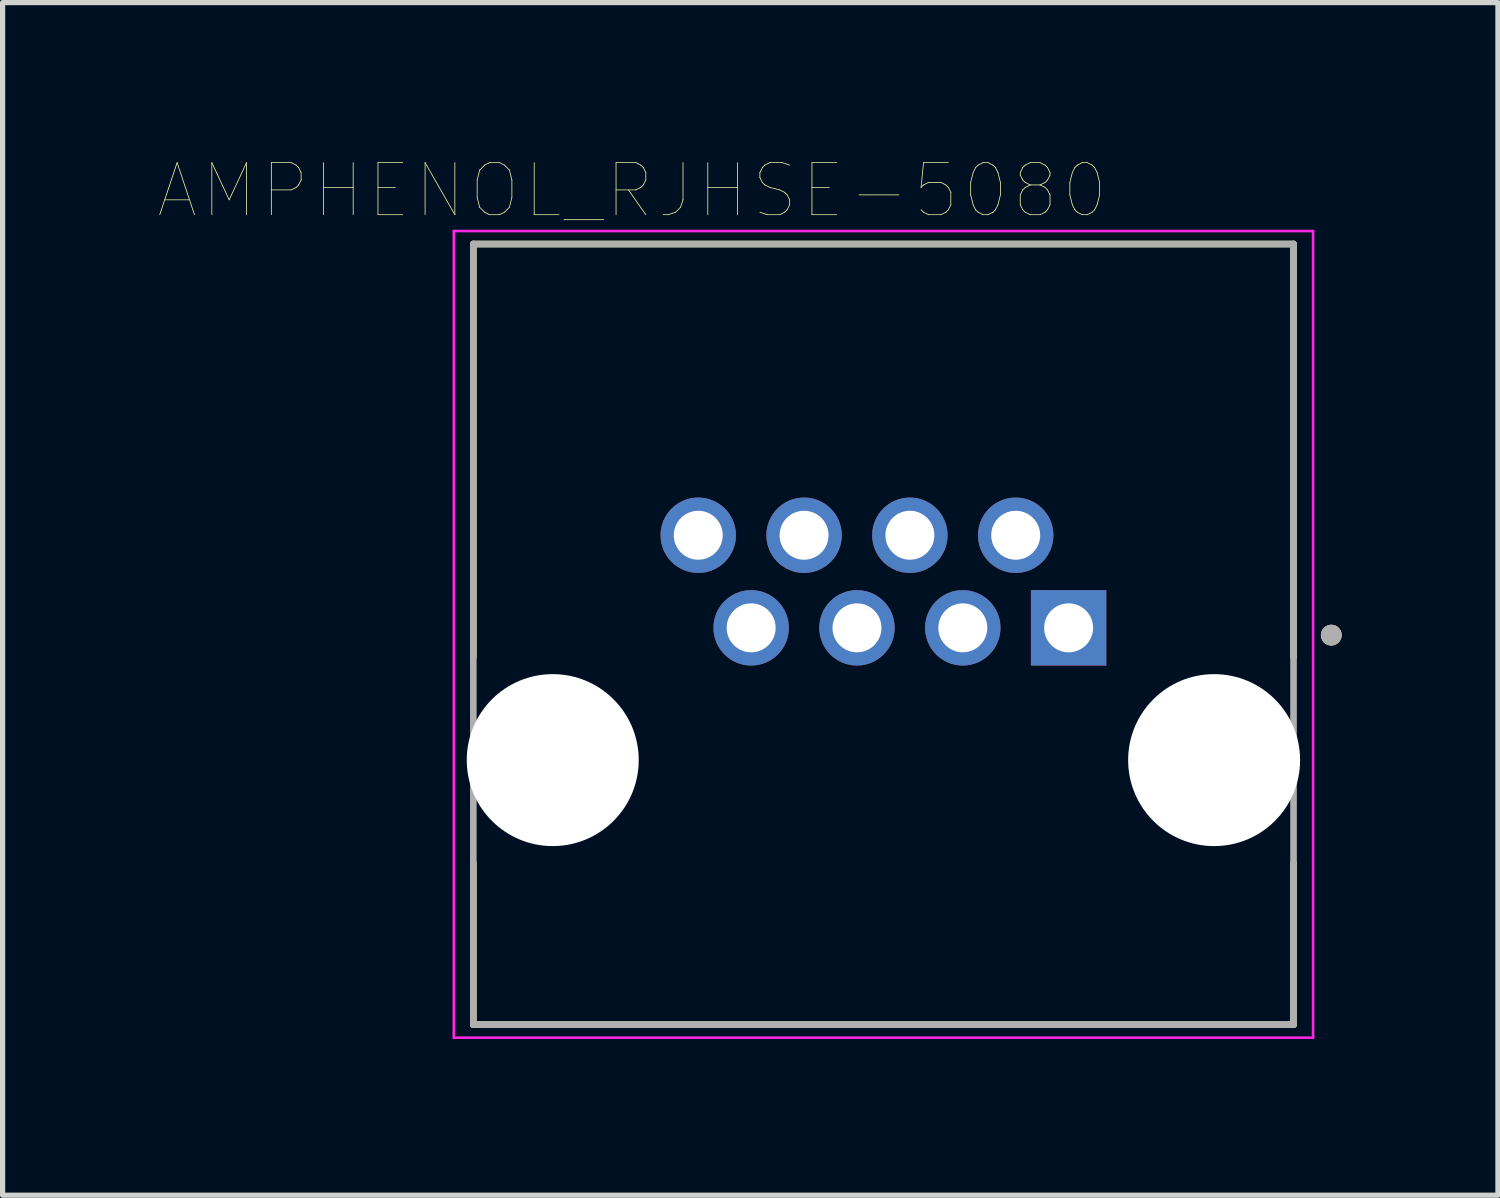
<source format=kicad_pcb>
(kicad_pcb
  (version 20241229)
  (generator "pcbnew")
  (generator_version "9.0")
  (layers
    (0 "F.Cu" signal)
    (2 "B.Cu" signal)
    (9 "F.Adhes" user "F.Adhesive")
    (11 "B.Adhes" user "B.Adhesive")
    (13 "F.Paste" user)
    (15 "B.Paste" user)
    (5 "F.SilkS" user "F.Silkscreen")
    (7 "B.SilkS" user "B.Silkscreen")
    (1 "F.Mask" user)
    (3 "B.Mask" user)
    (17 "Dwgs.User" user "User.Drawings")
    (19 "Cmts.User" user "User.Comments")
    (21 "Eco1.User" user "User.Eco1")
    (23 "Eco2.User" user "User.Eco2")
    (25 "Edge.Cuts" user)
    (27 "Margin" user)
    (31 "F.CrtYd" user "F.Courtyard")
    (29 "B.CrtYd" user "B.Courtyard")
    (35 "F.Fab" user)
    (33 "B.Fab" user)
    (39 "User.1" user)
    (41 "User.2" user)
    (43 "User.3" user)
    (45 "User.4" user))
  (footprint "AMPHENOL_RJHSE-5080"
    (layer "F.Cu")
    (at 13.914 11.546)
    (property "Reference" "AMPHENOL_RJHSE-5080" (at -4.825 -10.935 0) (layer "F.SilkS") (effects (font (size 1 1) (thickness 0.015))))
    (attr through_hole)
    (fp_line (start -7.875 -9.91) (end 7.875 -9.91) (stroke (width 0.127) (type solid)) (layer "F.SilkS"))
    (fp_line (start -7.875 -1.97) (end -7.875 -9.91) (stroke (width 0.127) (type solid)) (layer "F.SilkS"))
    (fp_line (start -7.875 1.97) (end -7.875 5.08) (stroke (width 0.127) (type solid)) (layer "F.SilkS"))
    (fp_line (start -7.875 5.08) (end 7.875 5.08) (stroke (width 0.127) (type solid)) (layer "F.SilkS"))
    (fp_line (start 7.875 -9.91) (end 7.875 -1.97) (stroke (width 0.127) (type solid)) (layer "F.SilkS"))
    (fp_line (start 7.875 5.08) (end 7.875 1.97) (stroke (width 0.127) (type solid)) (layer "F.SilkS"))
    (fp_circle (center 8.6 -2.4) (end 8.7 -2.4) (stroke (width 0.2) (type solid)) (fill no) (layer "F.SilkS"))
    (fp_line (start -8.25 -10.16) (end -8.25 5.33) (stroke (width 0.05) (type solid)) (layer "F.CrtYd"))
    (fp_line (start -8.25 5.33) (end 8.25 5.33) (stroke (width 0.05) (type solid)) (layer "F.CrtYd"))
    (fp_line (start 8.25 -10.16) (end -8.25 -10.16) (stroke (width 0.05) (type solid)) (layer "F.CrtYd"))
    (fp_line (start 8.25 5.33) (end 8.25 -10.16) (stroke (width 0.05) (type solid)) (layer "F.CrtYd"))
    (fp_line (start -7.875 -9.91) (end -7.875 5.08) (stroke (width 0.127) (type solid)) (layer "F.Fab"))
    (fp_line (start -7.875 5.08) (end 7.875 5.08) (stroke (width 0.127) (type solid)) (layer "F.Fab"))
    (fp_line (start 7.875 -9.91) (end -7.875 -9.91) (stroke (width 0.127) (type solid)) (layer "F.Fab"))
    (fp_line (start 7.875 5.08) (end 7.875 -9.91) (stroke (width 0.127) (type solid)) (layer "F.Fab"))
    (fp_circle (center 8.6 -2.4) (end 8.7 -2.4) (stroke (width 0.2) (type solid)) (fill no) (layer "F.Fab"))
    (pad "" np_thru_hole circle (at -6.35 0) (size 3.302 3.302) (drill 3.302) (layers "*.Cu" "*.Mask"))
    (pad "" np_thru_hole circle (at 6.35 0) (size 3.302 3.302) (drill 3.302) (layers "*.Cu" "*.Mask"))
    (pad "1" thru_hole rect (at 3.556 -2.54) (size 1.448 1.448) (drill 0.94) (layers "*.Cu" "*.Mask"))
    (pad "2" thru_hole circle (at 2.54 -4.318) (size 1.448 1.448) (drill 0.94) (layers "*.Cu" "*.Mask"))
    (pad "3" thru_hole circle (at 1.524 -2.54) (size 1.448 1.448) (drill 0.94) (layers "*.Cu" "*.Mask"))
    (pad "4" thru_hole circle (at 0.508 -4.318) (size 1.448 1.448) (drill 0.94) (layers "*.Cu" "*.Mask"))
    (pad "5" thru_hole circle (at -0.508 -2.54) (size 1.448 1.448) (drill 0.94) (layers "*.Cu" "*.Mask"))
    (pad "6" thru_hole circle (at -1.524 -4.318) (size 1.448 1.448) (drill 0.94) (layers "*.Cu" "*.Mask"))
    (pad "7" thru_hole circle (at -2.54 -2.54) (size 1.448 1.448) (drill 0.94) (layers "*.Cu" "*.Mask"))
    (pad "8" thru_hole circle (at -3.556 -4.318) (size 1.448 1.448) (drill 0.94) (layers "*.Cu" "*.Mask")))
  (gr_rect
    (start -3 -3)
    (end 25.714 19.901)
    (stroke (width 0.1) (type default))
    (fill no)
    (layer "Edge.Cuts")))
</source>
